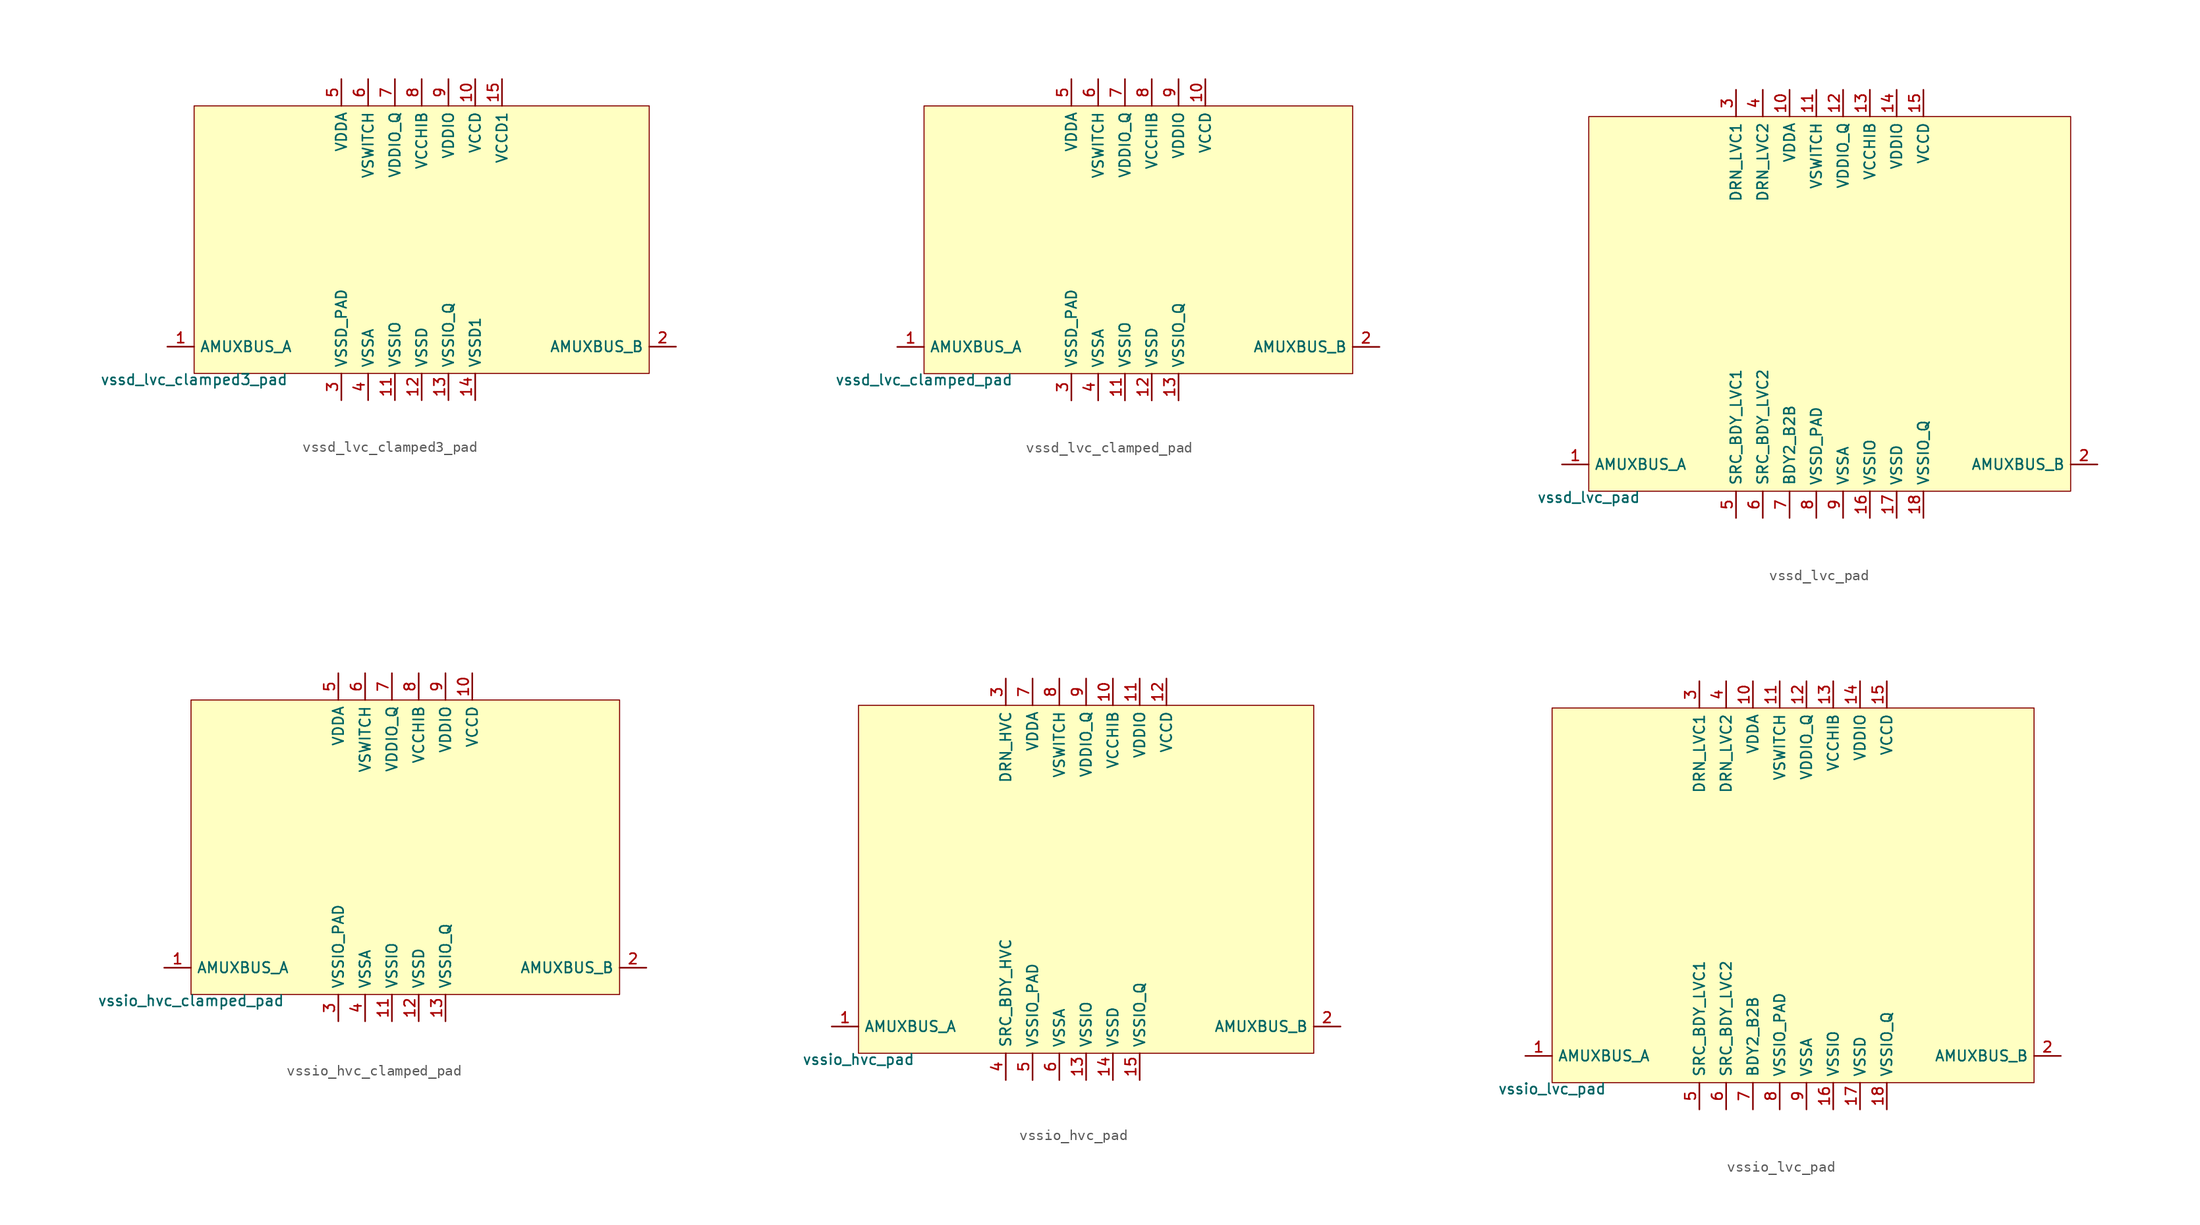
<source format=kicad_sym>
(kicad_symbol_lib
  (version 20211014)
  (generator pdk2kicad)
  (symbol "vssd_lvc_clamped3_pad"
    (property "Reference" "X"
      (at 0 0 0)
      (effects (font (size 1 1)) hide))
    (property "Value" "vssd_lvc_clamped3_pad"
      (at -21.59 -12.7 0)
      (effects (font (size 1 1)) (justify top)))
    (rectangle
      (start -21.59 -12.7)
      (end 21.59 12.7)
      (stroke (width 0.1) (type solid) (color 0 0 0 0))
      (fill (type background)))
    (pin bidirectional line
      (at -24.13 -10.16 0)
      (length 2.54)
      (name "AMUXBUS_A" (effects (font (size 1 1)) hide))
      (number "1" (effects (font (size 1 1)) hide)))
    (pin bidirectional line
      (at 24.13 -10.16 180)
      (length 2.54)
      (name "AMUXBUS_B" (effects (font (size 1 1)) hide))
      (number "2" (effects (font (size 1 1)) hide)))
    (pin power_in line
      (at -7.62 -15.24 90)
      (length 2.54)
      (name "VSSD_PAD" (effects (font (size 1 1)) hide))
      (number "3" (effects (font (size 1 1)) hide)))
    (pin power_in line
      (at -5.08 -15.24 90)
      (length 2.54)
      (name "VSSA" (effects (font (size 1 1)) hide))
      (number "4" (effects (font (size 1 1)) hide)))
    (pin power_in line
      (at -7.62 15.24 270)
      (length 2.54)
      (name "VDDA" (effects (font (size 1 1)) hide))
      (number "5" (effects (font (size 1 1)) hide)))
    (pin power_in line
      (at -5.08 15.24 270)
      (length 2.54)
      (name "VSWITCH" (effects (font (size 1 1)) hide))
      (number "6" (effects (font (size 1 1)) hide)))
    (pin power_in line
      (at -2.54 15.24 270)
      (length 2.54)
      (name "VDDIO_Q" (effects (font (size 1 1)) hide))
      (number "7" (effects (font (size 1 1)) hide)))
    (pin power_in line
      (at 0.0 15.24 270)
      (length 2.54)
      (name "VCCHIB" (effects (font (size 1 1)) hide))
      (number "8" (effects (font (size 1 1)) hide)))
    (pin power_in line
      (at 2.54 15.24 270)
      (length 2.54)
      (name "VDDIO" (effects (font (size 1 1)) hide))
      (number "9" (effects (font (size 1 1)) hide)))
    (pin power_in line
      (at 5.08 15.24 270)
      (length 2.54)
      (name "VCCD" (effects (font (size 1 1)) hide))
      (number "10" (effects (font (size 1 1)) hide)))
    (pin power_in line
      (at -2.54 -15.24 90)
      (length 2.54)
      (name "VSSIO" (effects (font (size 1 1)) hide))
      (number "11" (effects (font (size 1 1)) hide)))
    (pin power_in line
      (at 0.0 -15.24 90)
      (length 2.54)
      (name "VSSD" (effects (font (size 1 1)) hide))
      (number "12" (effects (font (size 1 1)) hide)))
    (pin power_in line
      (at 2.54 -15.24 90)
      (length 2.54)
      (name "VSSIO_Q" (effects (font (size 1 1)) hide))
      (number "13" (effects (font (size 1 1)) hide)))
    (pin power_in line
      (at 5.08 -15.24 90)
      (length 2.54)
      (name "VSSD1" (effects (font (size 1 1)) hide))
      (number "14" (effects (font (size 1 1)) hide)))
    (pin power_in line
      (at 7.62 15.24 270)
      (length 2.54)
      (name "VCCD1" (effects (font (size 1 1)) hide))
      (number "15" (effects (font (size 1 1)) hide))))
  (symbol "vssd_lvc_clamped_pad"
    (property "Reference" "X"
      (at 0 0 0)
      (effects (font (size 1 1)) hide))
    (property "Value" "vssd_lvc_clamped_pad"
      (at -20.32 -12.7 0)
      (effects (font (size 1 1)) (justify top)))
    (rectangle
      (start -20.32 -12.7)
      (end 20.32 12.7)
      (stroke (width 0.1) (type solid) (color 0 0 0 0))
      (fill (type background)))
    (pin bidirectional line
      (at -22.86 -10.16 0)
      (length 2.54)
      (name "AMUXBUS_A" (effects (font (size 1 1)) hide))
      (number "1" (effects (font (size 1 1)) hide)))
    (pin bidirectional line
      (at 22.86 -10.16 180)
      (length 2.54)
      (name "AMUXBUS_B" (effects (font (size 1 1)) hide))
      (number "2" (effects (font (size 1 1)) hide)))
    (pin power_in line
      (at -6.35 -15.24 90)
      (length 2.54)
      (name "VSSD_PAD" (effects (font (size 1 1)) hide))
      (number "3" (effects (font (size 1 1)) hide)))
    (pin power_in line
      (at -3.81 -15.24 90)
      (length 2.54)
      (name "VSSA" (effects (font (size 1 1)) hide))
      (number "4" (effects (font (size 1 1)) hide)))
    (pin power_in line
      (at -6.35 15.24 270)
      (length 2.54)
      (name "VDDA" (effects (font (size 1 1)) hide))
      (number "5" (effects (font (size 1 1)) hide)))
    (pin power_in line
      (at -3.81 15.24 270)
      (length 2.54)
      (name "VSWITCH" (effects (font (size 1 1)) hide))
      (number "6" (effects (font (size 1 1)) hide)))
    (pin power_in line
      (at -1.27 15.24 270)
      (length 2.54)
      (name "VDDIO_Q" (effects (font (size 1 1)) hide))
      (number "7" (effects (font (size 1 1)) hide)))
    (pin power_in line
      (at 1.27 15.24 270)
      (length 2.54)
      (name "VCCHIB" (effects (font (size 1 1)) hide))
      (number "8" (effects (font (size 1 1)) hide)))
    (pin power_in line
      (at 3.81 15.24 270)
      (length 2.54)
      (name "VDDIO" (effects (font (size 1 1)) hide))
      (number "9" (effects (font (size 1 1)) hide)))
    (pin power_in line
      (at 6.35 15.24 270)
      (length 2.54)
      (name "VCCD" (effects (font (size 1 1)) hide))
      (number "10" (effects (font (size 1 1)) hide)))
    (pin power_in line
      (at -1.27 -15.24 90)
      (length 2.54)
      (name "VSSIO" (effects (font (size 1 1)) hide))
      (number "11" (effects (font (size 1 1)) hide)))
    (pin power_in line
      (at 1.27 -15.24 90)
      (length 2.54)
      (name "VSSD" (effects (font (size 1 1)) hide))
      (number "12" (effects (font (size 1 1)) hide)))
    (pin power_in line
      (at 3.81 -15.24 90)
      (length 2.54)
      (name "VSSIO_Q" (effects (font (size 1 1)) hide))
      (number "13" (effects (font (size 1 1)) hide))))
  (symbol "vssd_lvc_pad"
    (property "Reference" "X"
      (at 0 0 0)
      (effects (font (size 1 1)) hide))
    (property "Value" "vssd_lvc_pad"
      (at -22.86 -17.78 0)
      (effects (font (size 1 1)) (justify top)))
    (rectangle
      (start -22.86 -17.78)
      (end 22.86 17.78)
      (stroke (width 0.1) (type solid) (color 0 0 0 0))
      (fill (type background)))
    (pin bidirectional line
      (at -25.4 -15.24 0)
      (length 2.54)
      (name "AMUXBUS_A" (effects (font (size 1 1)) hide))
      (number "1" (effects (font (size 1 1)) hide)))
    (pin bidirectional line
      (at 25.4 -15.24 180)
      (length 2.54)
      (name "AMUXBUS_B" (effects (font (size 1 1)) hide))
      (number "2" (effects (font (size 1 1)) hide)))
    (pin power_in line
      (at -8.89 20.32 270)
      (length 2.54)
      (name "DRN_LVC1" (effects (font (size 1 1)) hide))
      (number "3" (effects (font (size 1 1)) hide)))
    (pin power_in line
      (at -6.35 20.32 270)
      (length 2.54)
      (name "DRN_LVC2" (effects (font (size 1 1)) hide))
      (number "4" (effects (font (size 1 1)) hide)))
    (pin power_in line
      (at -8.89 -20.32 90)
      (length 2.54)
      (name "SRC_BDY_LVC1" (effects (font (size 1 1)) hide))
      (number "5" (effects (font (size 1 1)) hide)))
    (pin power_in line
      (at -6.35 -20.32 90)
      (length 2.54)
      (name "SRC_BDY_LVC2" (effects (font (size 1 1)) hide))
      (number "6" (effects (font (size 1 1)) hide)))
    (pin power_in line
      (at -3.81 -20.32 90)
      (length 2.54)
      (name "BDY2_B2B" (effects (font (size 1 1)) hide))
      (number "7" (effects (font (size 1 1)) hide)))
    (pin power_in line
      (at -1.27 -20.32 90)
      (length 2.54)
      (name "VSSD_PAD" (effects (font (size 1 1)) hide))
      (number "8" (effects (font (size 1 1)) hide)))
    (pin power_in line
      (at 1.27 -20.32 90)
      (length 2.54)
      (name "VSSA" (effects (font (size 1 1)) hide))
      (number "9" (effects (font (size 1 1)) hide)))
    (pin power_in line
      (at -3.81 20.32 270)
      (length 2.54)
      (name "VDDA" (effects (font (size 1 1)) hide))
      (number "10" (effects (font (size 1 1)) hide)))
    (pin power_in line
      (at -1.27 20.32 270)
      (length 2.54)
      (name "VSWITCH" (effects (font (size 1 1)) hide))
      (number "11" (effects (font (size 1 1)) hide)))
    (pin power_in line
      (at 1.27 20.32 270)
      (length 2.54)
      (name "VDDIO_Q" (effects (font (size 1 1)) hide))
      (number "12" (effects (font (size 1 1)) hide)))
    (pin power_in line
      (at 3.81 20.32 270)
      (length 2.54)
      (name "VCCHIB" (effects (font (size 1 1)) hide))
      (number "13" (effects (font (size 1 1)) hide)))
    (pin power_in line
      (at 6.35 20.32 270)
      (length 2.54)
      (name "VDDIO" (effects (font (size 1 1)) hide))
      (number "14" (effects (font (size 1 1)) hide)))
    (pin power_in line
      (at 8.89 20.32 270)
      (length 2.54)
      (name "VCCD" (effects (font (size 1 1)) hide))
      (number "15" (effects (font (size 1 1)) hide)))
    (pin power_in line
      (at 3.81 -20.32 90)
      (length 2.54)
      (name "VSSIO" (effects (font (size 1 1)) hide))
      (number "16" (effects (font (size 1 1)) hide)))
    (pin power_in line
      (at 6.35 -20.32 90)
      (length 2.54)
      (name "VSSD" (effects (font (size 1 1)) hide))
      (number "17" (effects (font (size 1 1)) hide)))
    (pin power_in line
      (at 8.89 -20.32 90)
      (length 2.54)
      (name "VSSIO_Q" (effects (font (size 1 1)) hide))
      (number "18" (effects (font (size 1 1)) hide))))
  (symbol "vssio_hvc_clamped_pad"
    (property "Reference" "X"
      (at 0 0 0)
      (effects (font (size 1 1)) hide))
    (property "Value" "vssio_hvc_clamped_pad"
      (at -20.32 -13.97 0)
      (effects (font (size 1 1)) (justify top)))
    (rectangle
      (start -20.32 -13.97)
      (end 20.32 13.97)
      (stroke (width 0.1) (type solid) (color 0 0 0 0))
      (fill (type background)))
    (pin bidirectional line
      (at -22.86 -11.43 0)
      (length 2.54)
      (name "AMUXBUS_A" (effects (font (size 1 1)) hide))
      (number "1" (effects (font (size 1 1)) hide)))
    (pin bidirectional line
      (at 22.86 -11.43 180)
      (length 2.54)
      (name "AMUXBUS_B" (effects (font (size 1 1)) hide))
      (number "2" (effects (font (size 1 1)) hide)))
    (pin power_in line
      (at -6.35 -16.51 90)
      (length 2.54)
      (name "VSSIO_PAD" (effects (font (size 1 1)) hide))
      (number "3" (effects (font (size 1 1)) hide)))
    (pin power_in line
      (at -3.81 -16.51 90)
      (length 2.54)
      (name "VSSA" (effects (font (size 1 1)) hide))
      (number "4" (effects (font (size 1 1)) hide)))
    (pin power_in line
      (at -6.35 16.51 270)
      (length 2.54)
      (name "VDDA" (effects (font (size 1 1)) hide))
      (number "5" (effects (font (size 1 1)) hide)))
    (pin power_in line
      (at -3.81 16.51 270)
      (length 2.54)
      (name "VSWITCH" (effects (font (size 1 1)) hide))
      (number "6" (effects (font (size 1 1)) hide)))
    (pin power_in line
      (at -1.27 16.51 270)
      (length 2.54)
      (name "VDDIO_Q" (effects (font (size 1 1)) hide))
      (number "7" (effects (font (size 1 1)) hide)))
    (pin power_in line
      (at 1.27 16.51 270)
      (length 2.54)
      (name "VCCHIB" (effects (font (size 1 1)) hide))
      (number "8" (effects (font (size 1 1)) hide)))
    (pin power_in line
      (at 3.81 16.51 270)
      (length 2.54)
      (name "VDDIO" (effects (font (size 1 1)) hide))
      (number "9" (effects (font (size 1 1)) hide)))
    (pin power_in line
      (at 6.35 16.51 270)
      (length 2.54)
      (name "VCCD" (effects (font (size 1 1)) hide))
      (number "10" (effects (font (size 1 1)) hide)))
    (pin power_in line
      (at -1.27 -16.51 90)
      (length 2.54)
      (name "VSSIO" (effects (font (size 1 1)) hide))
      (number "11" (effects (font (size 1 1)) hide)))
    (pin power_in line
      (at 1.27 -16.51 90)
      (length 2.54)
      (name "VSSD" (effects (font (size 1 1)) hide))
      (number "12" (effects (font (size 1 1)) hide)))
    (pin power_in line
      (at 3.81 -16.51 90)
      (length 2.54)
      (name "VSSIO_Q" (effects (font (size 1 1)) hide))
      (number "13" (effects (font (size 1 1)) hide))))
  (symbol "vssio_hvc_pad"
    (property "Reference" "X"
      (at 0 0 0)
      (effects (font (size 1 1)) hide))
    (property "Value" "vssio_hvc_pad"
      (at -21.59 -16.51 0)
      (effects (font (size 1 1)) (justify top)))
    (rectangle
      (start -21.59 -16.51)
      (end 21.59 16.51)
      (stroke (width 0.1) (type solid) (color 0 0 0 0))
      (fill (type background)))
    (pin bidirectional line
      (at -24.13 -13.97 0)
      (length 2.54)
      (name "AMUXBUS_A" (effects (font (size 1 1)) hide))
      (number "1" (effects (font (size 1 1)) hide)))
    (pin bidirectional line
      (at 24.13 -13.97 180)
      (length 2.54)
      (name "AMUXBUS_B" (effects (font (size 1 1)) hide))
      (number "2" (effects (font (size 1 1)) hide)))
    (pin power_in line
      (at -7.62 19.05 270)
      (length 2.54)
      (name "DRN_HVC" (effects (font (size 1 1)) hide))
      (number "3" (effects (font (size 1 1)) hide)))
    (pin power_in line
      (at -7.62 -19.05 90)
      (length 2.54)
      (name "SRC_BDY_HVC" (effects (font (size 1 1)) hide))
      (number "4" (effects (font (size 1 1)) hide)))
    (pin power_in line
      (at -5.08 -19.05 90)
      (length 2.54)
      (name "VSSIO_PAD" (effects (font (size 1 1)) hide))
      (number "5" (effects (font (size 1 1)) hide)))
    (pin power_in line
      (at -2.54 -19.05 90)
      (length 2.54)
      (name "VSSA" (effects (font (size 1 1)) hide))
      (number "6" (effects (font (size 1 1)) hide)))
    (pin power_in line
      (at -5.08 19.05 270)
      (length 2.54)
      (name "VDDA" (effects (font (size 1 1)) hide))
      (number "7" (effects (font (size 1 1)) hide)))
    (pin power_in line
      (at -2.54 19.05 270)
      (length 2.54)
      (name "VSWITCH" (effects (font (size 1 1)) hide))
      (number "8" (effects (font (size 1 1)) hide)))
    (pin power_in line
      (at 0.0 19.05 270)
      (length 2.54)
      (name "VDDIO_Q" (effects (font (size 1 1)) hide))
      (number "9" (effects (font (size 1 1)) hide)))
    (pin power_in line
      (at 2.54 19.05 270)
      (length 2.54)
      (name "VCCHIB" (effects (font (size 1 1)) hide))
      (number "10" (effects (font (size 1 1)) hide)))
    (pin power_in line
      (at 5.08 19.05 270)
      (length 2.54)
      (name "VDDIO" (effects (font (size 1 1)) hide))
      (number "11" (effects (font (size 1 1)) hide)))
    (pin power_in line
      (at 7.62 19.05 270)
      (length 2.54)
      (name "VCCD" (effects (font (size 1 1)) hide))
      (number "12" (effects (font (size 1 1)) hide)))
    (pin power_in line
      (at 0.0 -19.05 90)
      (length 2.54)
      (name "VSSIO" (effects (font (size 1 1)) hide))
      (number "13" (effects (font (size 1 1)) hide)))
    (pin power_in line
      (at 2.54 -19.05 90)
      (length 2.54)
      (name "VSSD" (effects (font (size 1 1)) hide))
      (number "14" (effects (font (size 1 1)) hide)))
    (pin power_in line
      (at 5.08 -19.05 90)
      (length 2.54)
      (name "VSSIO_Q" (effects (font (size 1 1)) hide))
      (number "15" (effects (font (size 1 1)) hide))))
  (symbol "vssio_lvc_pad"
    (property "Reference" "X"
      (at 0 0 0)
      (effects (font (size 1 1)) hide))
    (property "Value" "vssio_lvc_pad"
      (at -22.86 -17.78 0)
      (effects (font (size 1 1)) (justify top)))
    (rectangle
      (start -22.86 -17.78)
      (end 22.86 17.78)
      (stroke (width 0.1) (type solid) (color 0 0 0 0))
      (fill (type background)))
    (pin bidirectional line
      (at -25.4 -15.24 0)
      (length 2.54)
      (name "AMUXBUS_A" (effects (font (size 1 1)) hide))
      (number "1" (effects (font (size 1 1)) hide)))
    (pin bidirectional line
      (at 25.4 -15.24 180)
      (length 2.54)
      (name "AMUXBUS_B" (effects (font (size 1 1)) hide))
      (number "2" (effects (font (size 1 1)) hide)))
    (pin power_in line
      (at -8.89 20.32 270)
      (length 2.54)
      (name "DRN_LVC1" (effects (font (size 1 1)) hide))
      (number "3" (effects (font (size 1 1)) hide)))
    (pin power_in line
      (at -6.35 20.32 270)
      (length 2.54)
      (name "DRN_LVC2" (effects (font (size 1 1)) hide))
      (number "4" (effects (font (size 1 1)) hide)))
    (pin power_in line
      (at -8.89 -20.32 90)
      (length 2.54)
      (name "SRC_BDY_LVC1" (effects (font (size 1 1)) hide))
      (number "5" (effects (font (size 1 1)) hide)))
    (pin power_in line
      (at -6.35 -20.32 90)
      (length 2.54)
      (name "SRC_BDY_LVC2" (effects (font (size 1 1)) hide))
      (number "6" (effects (font (size 1 1)) hide)))
    (pin power_in line
      (at -3.81 -20.32 90)
      (length 2.54)
      (name "BDY2_B2B" (effects (font (size 1 1)) hide))
      (number "7" (effects (font (size 1 1)) hide)))
    (pin power_in line
      (at -1.27 -20.32 90)
      (length 2.54)
      (name "VSSIO_PAD" (effects (font (size 1 1)) hide))
      (number "8" (effects (font (size 1 1)) hide)))
    (pin power_in line
      (at 1.27 -20.32 90)
      (length 2.54)
      (name "VSSA" (effects (font (size 1 1)) hide))
      (number "9" (effects (font (size 1 1)) hide)))
    (pin power_in line
      (at -3.81 20.32 270)
      (length 2.54)
      (name "VDDA" (effects (font (size 1 1)) hide))
      (number "10" (effects (font (size 1 1)) hide)))
    (pin power_in line
      (at -1.27 20.32 270)
      (length 2.54)
      (name "VSWITCH" (effects (font (size 1 1)) hide))
      (number "11" (effects (font (size 1 1)) hide)))
    (pin power_in line
      (at 1.27 20.32 270)
      (length 2.54)
      (name "VDDIO_Q" (effects (font (size 1 1)) hide))
      (number "12" (effects (font (size 1 1)) hide)))
    (pin power_in line
      (at 3.81 20.32 270)
      (length 2.54)
      (name "VCCHIB" (effects (font (size 1 1)) hide))
      (number "13" (effects (font (size 1 1)) hide)))
    (pin power_in line
      (at 6.35 20.32 270)
      (length 2.54)
      (name "VDDIO" (effects (font (size 1 1)) hide))
      (number "14" (effects (font (size 1 1)) hide)))
    (pin power_in line
      (at 8.89 20.32 270)
      (length 2.54)
      (name "VCCD" (effects (font (size 1 1)) hide))
      (number "15" (effects (font (size 1 1)) hide)))
    (pin power_in line
      (at 3.81 -20.32 90)
      (length 2.54)
      (name "VSSIO" (effects (font (size 1 1)) hide))
      (number "16" (effects (font (size 1 1)) hide)))
    (pin power_in line
      (at 6.35 -20.32 90)
      (length 2.54)
      (name "VSSD" (effects (font (size 1 1)) hide))
      (number "17" (effects (font (size 1 1)) hide)))
    (pin power_in line
      (at 8.89 -20.32 90)
      (length 2.54)
      (name "VSSIO_Q" (effects (font (size 1 1)) hide))
      (number "18" (effects (font (size 1 1)) hide)))))
</source>
